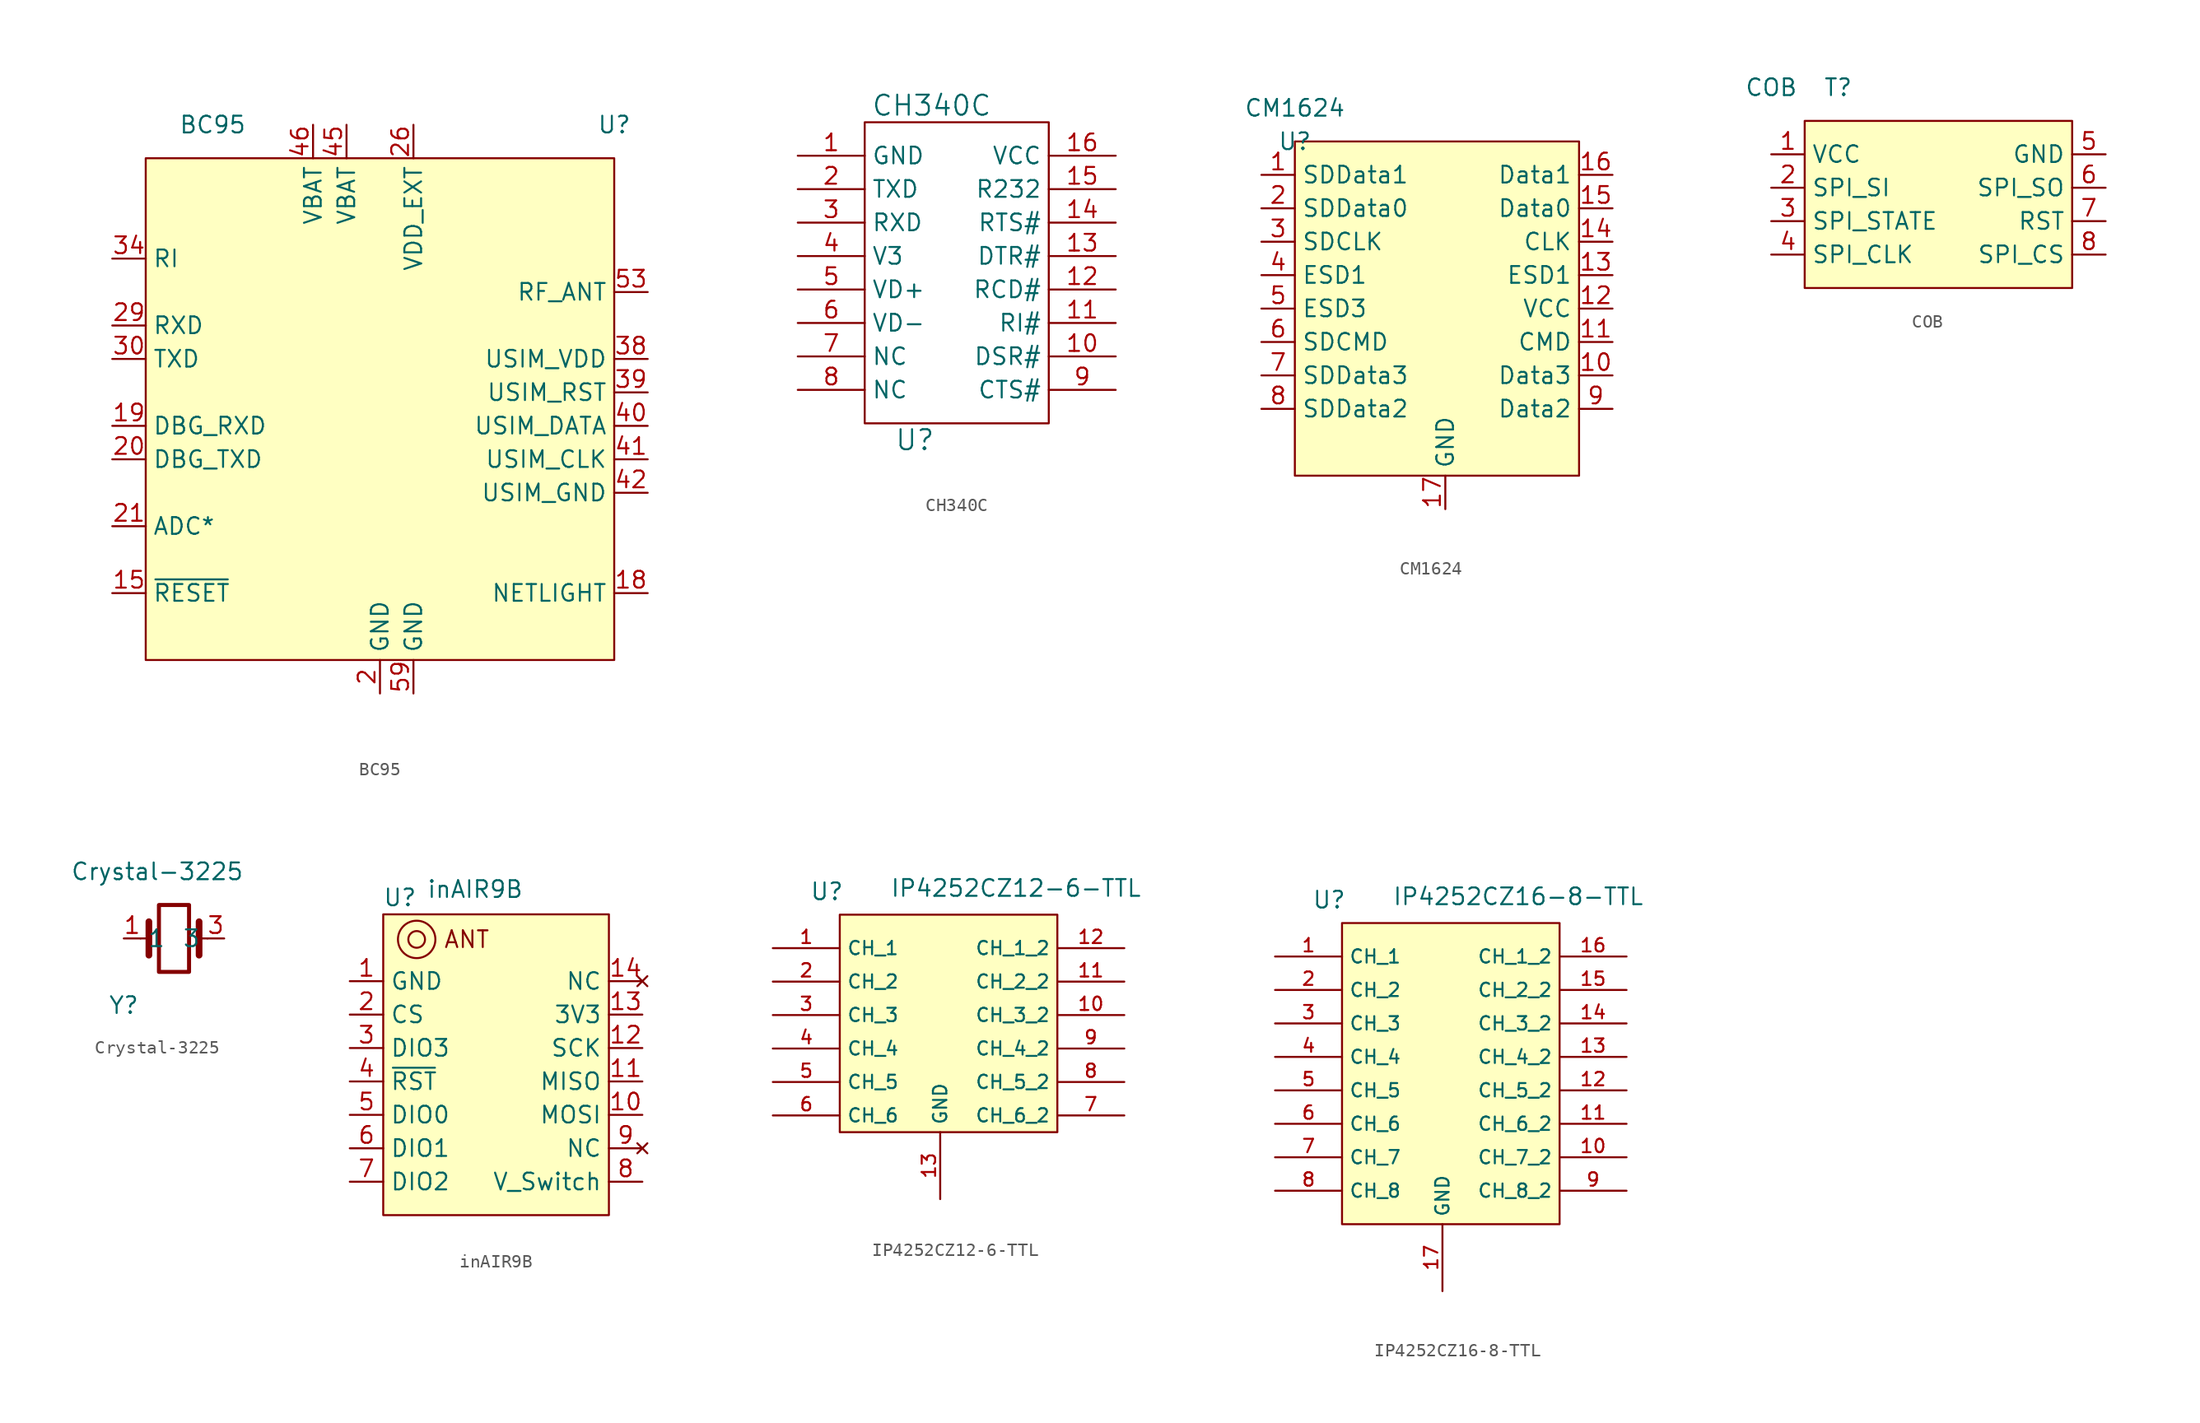
<source format=kicad_sym>
(kicad_symbol_lib
  (version 20200126)
  (host kicad_symbol_editor "(5.99.0-1734-g575ad7128)")
  (symbol "DLY_Customized:BC95"
    (property "Reference" "U"
      (at 35.56 2.54 0))
    (property "Value" "BC95"
      (at 5.08 2.54 0))
    (symbol "BC95_0_1"
      (rectangle (start 0 0) (end 35.56 -38.1) (fill (type background))))
    (symbol "BC95_1_1"
      (pin unconnected line (at 5.08 -5.08 0) (length 2.54) (name "RESERVED") (number "1") hide)
      (pin unconnected line (at 7.62 -5.08 0) (length 2.54) (name "RESERVED") (number "10") hide)
      (pin unconnected line (at 10.16 -5.08 0) (length 2.54) (name "RESERVED") (number "11") hide)
      (pin unconnected line (at 12.7 -5.08 0) (length 2.54) (name "RESERVED") (number "12") hide)
      (pin unconnected line (at 15.24 -5.08 0) (length 2.54) (name "RESERVED") (number "13") hide)
      (pin unconnected line (at 17.78 -5.08 0) (length 2.54) (name "RESERVED") (number "14") hide)
      (pin unconnected line (at 20.32 -5.08 0) (length 2.54) (name "RESERVED") (number "15") hide)
      (pin input line (at -2.54 -33.02 0) (length 2.54) (name "~RESET") (number "15"))
      (pin unconnected line (at 22.86 -5.08 0) (length 2.54) (name "RESERVED") (number "16") hide)
      (pin unconnected line (at 25.4 -5.08 0) (length 2.54) (name "RESERVED") (number "17") hide)
      (pin output line (at 38.1 -33.02 180) (length 2.54) (name "NETLIGHT") (number "18"))
      (pin input line (at -2.54 -20.32 0) (length 2.54) (name "DBG_RXD") (number "19"))
      (pin passive line (at 17.78 -40.64 90) (length 2.54) (name "GND") (number "2"))
      (pin output line (at -2.54 -22.86 0) (length 2.54) (name "DBG_TXD") (number "20"))
      (pin power_in line (at -2.54 -27.94 0) (length 2.54) (name "ADC*") (number "21"))
      (pin unconnected line (at 5.08 -7.62 0) (length 2.54) (name "RESERVED") (number "22") hide)
      (pin unconnected line (at 7.62 -7.62 0) (length 2.54) (name "RESERVED") (number "23") hide)
      (pin unconnected line (at 10.16 -7.62 0) (length 2.54) (name "RESERVED") (number "24") hide)
      (pin unconnected line (at 12.7 -7.62 0) (length 2.54) (name "RESERVED") (number "25") hide)
      (pin power_out line (at 20.32 2.54 270) (length 2.54) (name "VDD_EXT") (number "26"))
      (pin unconnected line (at 15.24 -7.62 0) (length 2.54) (name "RESERVED") (number "27") hide)
      (pin unconnected line (at 17.78 -7.62 0) (length 2.54) (name "RESERVED") (number "28") hide)
      (pin input line (at -2.54 -12.7 0) (length 2.54) (name "RXD") (number "29"))
      (pin unconnected line (at 20.32 -7.62 0) (length 2.54) (name "RESERVED") (number "3") hide)
      (pin output line (at -2.54 -15.24 0) (length 2.54) (name "TXD") (number "30"))
      (pin unconnected line (at 22.86 -7.62 0) (length 2.54) (name "RESERVED") (number "31") hide)
      (pin unconnected line (at 25.4 -7.62 0) (length 2.54) (name "RESERVED") (number "32") hide)
      (pin unconnected line (at 5.08 -10.16 0) (length 2.54) (name "RESERVED") (number "33") hide)
      (pin output line (at -2.54 -7.62 0) (length 2.54) (name "RI") (number "34"))
      (pin unconnected line (at 7.62 -10.16 0) (length 2.54) (name "RESERVED") (number "35") hide)
      (pin unconnected line (at 10.16 -10.16 0) (length 2.54) (name "RESERVED") (number "36") hide)
      (pin unconnected line (at 12.7 -10.16 0) (length 2.54) (name "RESERVED") (number "37") hide)
      (pin power_in line (at 38.1 -15.24 180) (length 2.54) (name "USIM_VDD") (number "38"))
      (pin input line (at 38.1 -17.78 180) (length 2.54) (name "USIM_RST") (number "39"))
      (pin unconnected line (at 15.24 -10.16 0) (length 2.54) (name "RESERVED") (number "4") hide)
      (pin output line (at 38.1 -20.32 180) (length 2.54) (name "USIM_DATA") (number "40"))
      (pin input line (at 38.1 -22.86 180) (length 2.54) (name "USIM_CLK") (number "41"))
      (pin passive line (at 38.1 -25.4 180) (length 2.54) (name "USIM_GND") (number "42"))
      (pin passive line (at 17.78 -40.64 90) (length 2.54) (name "GND") (number "43") hide)
      (pin unconnected line (at 20.32 -10.16 0) (length 2.54) (name "RESERVED") (number "44") hide)
      (pin power_in line (at 15.24 2.54 270) (length 2.54) (name "VBAT") (number "45"))
      (pin power_in line (at 12.7 2.54 270) (length 2.54) (name "VBAT") (number "46"))
      (pin passive line (at 17.78 -40.64 90) (length 2.54) (name "GND") (number "47") hide)
      (pin passive line (at 17.78 -40.64 90) (length 2.54) (name "GND") (number "48") hide)
      (pin unconnected line (at 22.86 -10.16 0) (length 2.54) (name "RESERVED") (number "49") hide)
      (pin unconnected line (at 17.78 -10.16 0) (length 2.54) (name "RESERVED") (number "5") hide)
      (pin unconnected line (at 25.4 -10.16 0) (length 2.54) (name "RESERVED") (number "50") hide)
      (pin passive line (at 17.78 -40.64 90) (length 2.54) (name "GND") (number "51") hide)
      (pin passive line (at 17.78 -40.64 90) (length 2.54) (name "GND") (number "52") hide)
      (pin power_out line (at 38.1 -10.16 180) (length 2.54) (name "RF_ANT") (number "53"))
      (pin passive line (at 17.78 -40.64 90) (length 2.54) (name "GND") (number "54") hide)
      (pin unconnected line (at 15.24 -12.7 0) (length 2.54) (name "RESERVED") (number "55") hide)
      (pin unconnected line (at 17.78 -12.7 0) (length 2.54) (name "RESERVED") (number "56") hide)
      (pin unconnected line (at 20.32 -12.7 0) (length 2.54) (name "RESERVED") (number "57") hide)
      (pin unconnected line (at 22.86 -12.7 0) (length 2.54) (name "RESERVED") (number "58") hide)
      (pin passive line (at 20.32 -40.64 90) (length 2.54) (name "GND") (number "59"))
      (pin unconnected line (at 5.08 -12.7 0) (length 2.54) (name "RESERVED") (number "6") hide)
      (pin passive line (at 20.32 -40.64 90) (length 2.54) (name "GND") (number "60") hide)
      (pin passive line (at 20.32 -40.64 90) (length 2.54) (name "GND") (number "61") hide)
      (pin passive line (at 20.32 -40.64 90) (length 2.54) (name "GND") (number "62") hide)
      (pin passive line (at 20.32 -40.64 90) (length 2.54) (name "GND") (number "63") hide)
      (pin passive line (at 20.32 -40.64 90) (length 2.54) (name "GND") (number "64") hide)
      (pin passive line (at 20.32 -40.64 90) (length 2.54) (name "GND") (number "65") hide)
      (pin passive line (at 20.32 -40.64 90) (length 2.54) (name "GND") (number "66") hide)
      (pin unconnected line (at 25.4 -12.7 0) (length 2.54) (name "RESERVED") (number "67") hide)
      (pin unconnected line (at 5.08 -15.24 0) (length 2.54) (name "RESERVED") (number "68") hide)
      (pin unconnected line (at 7.62 -15.24 0) (length 2.54) (name "RESERVED") (number "69") hide)
      (pin unconnected line (at 7.62 -12.7 0) (length 2.54) (name "RESERVED") (number "7") hide)
      (pin unconnected line (at 10.16 -15.24 0) (length 2.54) (name "RESERVED") (number "70") hide)
      (pin passive line (at 20.32 -40.64 90) (length 2.54) (name "GND") (number "71") hide)
      (pin passive line (at 20.32 -40.64 90) (length 2.54) (name "GND") (number "72") hide)
      (pin passive line (at 20.32 -40.64 90) (length 2.54) (name "GND") (number "73") hide)
      (pin passive line (at 20.32 -40.64 90) (length 2.54) (name "GND") (number "74") hide)
      (pin unconnected line (at 12.7 -15.24 0) (length 2.54) (name "RESERVED") (number "75") hide)
      (pin unconnected line (at 20.32 -15.24 0) (length 2.54) (name "RESERVED") (number "76") hide)
      (pin unconnected line (at 17.78 -15.24 0) (length 2.54) (name "RESERVED") (number "77") hide)
      (pin unconnected line (at 22.86 -15.24 0) (length 2.54) (name "RESERVED") (number "78") hide)
      (pin unconnected line (at 25.4 -15.24 0) (length 2.54) (name "RESERVED") (number "79") hide)
      (pin unconnected line (at 10.16 -12.7 0) (length 2.54) (name "RESERVED") (number "8") hide)
      (pin unconnected line (at 5.08 -17.78 0) (length 2.54) (name "RESERVED") (number "80") hide)
      (pin passive line (at 20.32 -40.64 90) (length 2.54) (name "GND") (number "81") hide)
      (pin passive line (at 20.32 -40.64 90) (length 2.54) (name "GND") (number "82") hide)
      (pin passive line (at 20.32 -40.64 90) (length 2.54) (name "GND") (number "83") hide)
      (pin unconnected line (at 7.62 -17.78 0) (length 2.54) (name "RESERVED") (number "84") hide)
      (pin unconnected line (at 10.16 -17.78 0) (length 2.54) (name "RESERVED") (number "85") hide)
      (pin unconnected line (at 12.7 -17.78 0) (length 2.54) (name "RESERVED") (number "86") hide)
      (pin unconnected line (at 15.24 -17.78 0) (length 2.54) (name "RESERVED") (number "87") hide)
      (pin unconnected line (at 17.78 -17.78 0) (length 2.54) (name "RESERVED") (number "88") hide)
      (pin unconnected line (at 20.32 -17.78 0) (length 2.54) (name "RESERVED") (number "89") hide)
      (pin unconnected line (at 12.7 -12.7 0) (length 2.54) (name "RESERVED") (number "9") hide)
      (pin unconnected line (at 22.86 -17.78 0) (length 2.54) (name "RESERVED") (number "90") hide)
      (pin unconnected line (at 15.24 -15.24 0) (length 2.54) (name "RESERVED") (number "91") hide)
      (pin passive line (at 20.32 -40.64 90) (length 2.54) (name "GND") (number "92") hide)
      (pin passive line (at 20.32 -40.64 90) (length 2.54) (name "GND") (number "93") hide)
      (pin passive line (at 20.32 -40.64 90) (length 2.54) (name "GND") (number "94") hide)))
  (symbol "DLY_Customized:CH340C"
    (property "Reference" "U"
      (at 3.81 -1.27 0)
      (effects (font (size 1.524 1.524))))
    (property "Value" "CH340C"
      (at 5.08 24.13 0)
      (effects (font (size 1.524 1.524))))
    (symbol "CH340C_0_1"
      (rectangle (start 0 0) (end 13.97 22.86)))
    (symbol "CH340C_1_1"
      (pin input line (at -5.08 20.32 0) (length 5.08) (name "GND") (number "1"))
      (pin bidirectional line (at 19.05 5.08 180) (length 5.08) (name "DSR#") (number "10"))
      (pin bidirectional line (at 19.05 7.62 180) (length 5.08) (name "RI#") (number "11"))
      (pin bidirectional line (at 19.05 10.16 180) (length 5.08) (name "RCD#") (number "12"))
      (pin bidirectional line (at 19.05 12.7 180) (length 5.08) (name "DTR#") (number "13"))
      (pin bidirectional line (at 19.05 15.24 180) (length 5.08) (name "RTS#") (number "14"))
      (pin bidirectional line (at 19.05 17.78 180) (length 5.08) (name "R232") (number "15"))
      (pin input line (at 19.05 20.32 180) (length 5.08) (name "VCC") (number "16"))
      (pin input line (at -5.08 17.78 0) (length 5.08) (name "TXD") (number "2"))
      (pin input line (at -5.08 15.24 0) (length 5.08) (name "RXD") (number "3"))
      (pin input line (at -5.08 12.7 0) (length 5.08) (name "V3") (number "4"))
      (pin bidirectional line (at -5.08 10.16 0) (length 5.08) (name "VD+") (number "5"))
      (pin bidirectional line (at -5.08 7.62 0) (length 5.08) (name "VD-") (number "6"))
      (pin input line (at -5.08 5.08 0) (length 5.08) (name "NC") (number "7"))
      (pin input line (at -5.08 2.54 0) (length 5.08) (name "NC") (number "8"))
      (pin input line (at 19.05 2.54 180) (length 5.08) (name "CTS#") (number "9"))))
  (symbol "DLY_Customized:CM1624"
    (property "Reference" "U"
      (at 0 0 0))
    (property "Value" "CM1624"
      (at 0 2.54 0))
    (symbol "CM1624_0_1"
      (rectangle (start 0 0) (end 21.59 -25.4) (fill (type background))))
    (symbol "CM1624_1_1"
      (pin output line (at -2.54 -2.54 0) (length 2.54) (name "SDData1") (number "1"))
      (pin input line (at 24.13 -17.78 180) (length 2.54) (name "Data3") (number "10"))
      (pin input line (at 24.13 -15.24 180) (length 2.54) (name "CMD") (number "11"))
      (pin input line (at 24.13 -12.7 180) (length 2.54) (name "VCC") (number "12"))
      (pin input line (at 24.13 -10.16 180) (length 2.54) (name "ESD1") (number "13"))
      (pin input line (at 24.13 -7.62 180) (length 2.54) (name "CLK") (number "14"))
      (pin input line (at 24.13 -5.08 180) (length 2.54) (name "Data0") (number "15"))
      (pin input line (at 24.13 -2.54 180) (length 2.54) (name "Data1") (number "16"))
      (pin input line (at 11.43 -27.94 90) (length 2.54) (name "GND") (number "17"))
      (pin output line (at -2.54 -5.08 0) (length 2.54) (name "SDData0") (number "2"))
      (pin output line (at -2.54 -7.62 0) (length 2.54) (name "SDCLK") (number "3"))
      (pin output line (at -2.54 -10.16 0) (length 2.54) (name "ESD1") (number "4"))
      (pin output line (at -2.54 -12.7 0) (length 2.54) (name "ESD3") (number "5"))
      (pin output line (at -2.54 -15.24 0) (length 2.54) (name "SDCMD") (number "6"))
      (pin output line (at -2.54 -17.78 0) (length 2.54) (name "SDData3") (number "7"))
      (pin output line (at -2.54 -20.32 0) (length 2.54) (name "SDData2") (number "8"))
      (pin input line (at 24.13 -20.32 180) (length 2.54) (name "Data2") (number "9"))))
  (symbol "DLY_Customized:COB"
    (property "Reference" "T"
      (at 2.54 2.54 0))
    (property "Value" "COB"
      (at -2.54 2.54 0))
    (symbol "COB_0_1"
      (rectangle (start 0 0) (end 20.32 -12.7) (fill (type background))))
    (symbol "COB_1_1"
      (pin input line (at -2.54 -2.54 0) (length 2.54) (name "VCC") (number "1"))
      (pin input line (at -2.54 -5.08 0) (length 2.54) (name "SPI_SI") (number "2"))
      (pin output line (at -2.54 -7.62 0) (length 2.54) (name "SPI_STATE") (number "3"))
      (pin input line (at -2.54 -10.16 0) (length 2.54) (name "SPI_CLK") (number "4"))
      (pin input line (at 22.86 -2.54 180) (length 2.54) (name "GND") (number "5"))
      (pin output line (at 22.86 -5.08 180) (length 2.54) (name "SPI_SO") (number "6"))
      (pin input line (at 22.86 -7.62 180) (length 2.54) (name "RST") (number "7"))
      (pin input line (at 22.86 -10.16 180) (length 2.54) (name "SPI_CS") (number "8"))))
  (symbol "DLY_Customized:Crystal-3225"
    (property "Reference" "Y"
      (at -2.54 -7.62 0))
    (property "Value" "Crystal-3225"
      (at 0 2.54 0))
    (symbol "Crystal-3225_0_1"
      (rectangle (start 0.127 0) (end 2.413 -5.08) (stroke (width 0.305)))
      (polyline (pts (xy -1.27 -2.54) (xy -0.635 -2.54)))
      (polyline (pts (xy -0.635 -3.81) (xy -0.635 -1.27)) (stroke (width 0.508)))
      (polyline (pts (xy 3.175 -3.81) (xy 3.175 -1.27)) (stroke (width 0.508)))
      (polyline (pts (xy 3.81 -2.54) (xy 3.175 -2.54)))
      (pin passive line (at -2.54 -2.54 0) (length 1.27) (name "1") (number "1"))
      (pin passive line (at 5.08 -2.54 180) (length 1.27) (name "3") (number "3"))))
  (symbol "DLY_Customized:inAIR9B"
    (property "Reference" "U"
      (at 1.27 1.27 0))
    (property "Value" "inAIR9B"
      (at 6.985 1.905 0))
    (symbol "inAIR9B_0_1"
      (circle (center 2.54 -1.905) (radius 0.635))
      (circle (center 2.54 -1.905) (radius 1.422))
      (rectangle (start 0 0) (end 17.145 -22.86) (fill (type background))))
    (symbol "inAIR9B_0_0"
      (text "ANT" (at 6.35 -1.905 0) (effects (font (size 1.27 1.27)))))
    (symbol "inAIR9B_1_1"
      (pin power_in line (at -2.54 -5.08 0) (length 2.54) (name "GND") (number "1"))
      (pin input line (at 19.685 -15.24 180) (length 2.54) (name "MOSI") (number "10"))
      (pin output line (at 19.685 -12.7 180) (length 2.54) (name "MISO") (number "11"))
      (pin input line (at 19.685 -10.16 180) (length 2.54) (name "SCK") (number "12"))
      (pin power_in line (at 19.685 -7.62 180) (length 2.54) (name "3V3") (number "13"))
      (pin unconnected line (at 19.685 -5.08 180) (length 2.54) (name "NC") (number "14"))
      (pin input line (at -2.54 -7.62 0) (length 2.54) (name "CS") (number "2"))
      (pin bidirectional line (at -2.54 -10.16 0) (length 2.54) (name "DIO3") (number "3"))
      (pin input line (at -2.54 -12.7 0) (length 2.54) (name "~RST") (number "4"))
      (pin bidirectional line (at -2.54 -15.24 0) (length 2.54) (name "DIO0") (number "5"))
      (pin bidirectional line (at -2.54 -17.78 0) (length 2.54) (name "DIO1") (number "6"))
      (pin bidirectional line (at -2.54 -20.32 0) (length 2.54) (name "DIO2") (number "7"))
      (pin bidirectional line (at 19.685 -20.32 180) (length 2.54) (name "V_Switch") (number "8"))
      (pin unconnected line (at 19.685 -17.78 180) (length 2.54) (name "NC") (number "9"))))
  (symbol "DLY_Customized:IP4252CZ12-6-TTL"
    (property "Reference" "U"
      (at -2.286 1.016 0)
      (effects (font (size 1.27 1.27)) (justify left bottom)))
    (property "Value" "IP4252CZ12-6-TTL"
      (at 3.81 1.27 0)
      (effects (font (size 1.27 1.27)) (justify left bottom)))
    (property "ki_locked" ""
      (at 0 0 0))
    (symbol "IP4252CZ12-6-TTL_1_1"
      (rectangle (start 0 0) (end 16.51 -16.51) (fill (type background))))
    (symbol "IP4252CZ12-6-TTL_0_0"
      (pin input line (at -5.08 -2.54 0) (length 5.08) (name "CH_1" (effects (font (size 1.016 1.016)))) (number "1" (effects (font (size 1.016 1.016)))))
      (pin input line (at 21.59 -7.62 180) (length 5.08) (name "CH_3_2" (effects (font (size 1.016 1.016)))) (number "10" (effects (font (size 1.016 1.016)))))
      (pin input line (at 21.59 -5.08 180) (length 5.08) (name "CH_2_2" (effects (font (size 1.016 1.016)))) (number "11" (effects (font (size 1.016 1.016)))))
      (pin input line (at 21.59 -2.54 180) (length 5.08) (name "CH_1_2" (effects (font (size 1.016 1.016)))) (number "12" (effects (font (size 1.016 1.016)))))
      (pin power_in line (at 7.62 -21.59 90) (length 5.08) (name "GND" (effects (font (size 1.016 1.016)))) (number "13" (effects (font (size 1.016 1.016)))))
      (pin input line (at -5.08 -5.08 0) (length 5.08) (name "CH_2" (effects (font (size 1.016 1.016)))) (number "2" (effects (font (size 1.016 1.016)))))
      (pin input line (at -5.08 -7.62 0) (length 5.08) (name "CH_3" (effects (font (size 1.016 1.016)))) (number "3" (effects (font (size 1.016 1.016)))))
      (pin input line (at -5.08 -10.16 0) (length 5.08) (name "CH_4" (effects (font (size 1.016 1.016)))) (number "4" (effects (font (size 1.016 1.016)))))
      (pin input line (at -5.08 -12.7 0) (length 5.08) (name "CH_5" (effects (font (size 1.016 1.016)))) (number "5" (effects (font (size 1.016 1.016)))))
      (pin input line (at -5.08 -15.24 0) (length 5.08) (name "CH_6" (effects (font (size 1.016 1.016)))) (number "6" (effects (font (size 1.016 1.016)))))
      (pin input line (at 21.59 -15.24 180) (length 5.08) (name "CH_6_2" (effects (font (size 1.016 1.016)))) (number "7" (effects (font (size 1.016 1.016)))))
      (pin input line (at 21.59 -12.7 180) (length 5.08) (name "CH_5_2" (effects (font (size 1.016 1.016)))) (number "8" (effects (font (size 1.016 1.016)))))
      (pin input line (at 21.59 -10.16 180) (length 5.08) (name "CH_4_2" (effects (font (size 1.016 1.016)))) (number "9" (effects (font (size 1.016 1.016)))))))
  (symbol "DLY_Customized:IP4252CZ16-8-TTL"
    (property "Reference" "U"
      (at -2.286 1.016 0)
      (effects (font (size 1.27 1.27)) (justify left bottom)))
    (property "Value" "IP4252CZ16-8-TTL"
      (at 3.81 1.27 0)
      (effects (font (size 1.27 1.27)) (justify left bottom)))
    (symbol "IP4252CZ16-8-TTL_1_1"
      (rectangle (start 0 0) (end 16.51 -22.86) (fill (type background))))
    (symbol "IP4252CZ16-8-TTL_0_0"
      (pin bidirectional line (at -5.08 -2.54 0) (length 5.08) (name "CH_1" (effects (font (size 1.016 1.016)))) (number "1" (effects (font (size 1.016 1.016)))))
      (pin bidirectional line (at 21.59 -17.78 180) (length 5.08) (name "CH_7_2" (effects (font (size 1.016 1.016)))) (number "10" (effects (font (size 1.016 1.016)))))
      (pin bidirectional line (at 21.59 -15.24 180) (length 5.08) (name "CH_6_2" (effects (font (size 1.016 1.016)))) (number "11" (effects (font (size 1.016 1.016)))))
      (pin bidirectional line (at 21.59 -12.7 180) (length 5.08) (name "CH_5_2" (effects (font (size 1.016 1.016)))) (number "12" (effects (font (size 1.016 1.016)))))
      (pin bidirectional line (at 21.59 -10.16 180) (length 5.08) (name "CH_4_2" (effects (font (size 1.016 1.016)))) (number "13" (effects (font (size 1.016 1.016)))))
      (pin bidirectional line (at 21.59 -7.62 180) (length 5.08) (name "CH_3_2" (effects (font (size 1.016 1.016)))) (number "14" (effects (font (size 1.016 1.016)))))
      (pin bidirectional line (at 21.59 -5.08 180) (length 5.08) (name "CH_2_2" (effects (font (size 1.016 1.016)))) (number "15" (effects (font (size 1.016 1.016)))))
      (pin bidirectional line (at 21.59 -2.54 180) (length 5.08) (name "CH_1_2" (effects (font (size 1.016 1.016)))) (number "16" (effects (font (size 1.016 1.016)))))
      (pin power_out line (at 7.62 -27.94 90) (length 5.08) (name "GND" (effects (font (size 1.016 1.016)))) (number "17" (effects (font (size 1.016 1.016)))))
      (pin bidirectional line (at -5.08 -5.08 0) (length 5.08) (name "CH_2" (effects (font (size 1.016 1.016)))) (number "2" (effects (font (size 1.016 1.016)))))
      (pin bidirectional line (at -5.08 -7.62 0) (length 5.08) (name "CH_3" (effects (font (size 1.016 1.016)))) (number "3" (effects (font (size 1.016 1.016)))))
      (pin bidirectional line (at -5.08 -10.16 0) (length 5.08) (name "CH_4" (effects (font (size 1.016 1.016)))) (number "4" (effects (font (size 1.016 1.016)))))
      (pin bidirectional line (at -5.08 -12.7 0) (length 5.08) (name "CH_5" (effects (font (size 1.016 1.016)))) (number "5" (effects (font (size 1.016 1.016)))))
      (pin bidirectional line (at -5.08 -15.24 0) (length 5.08) (name "CH_6" (effects (font (size 1.016 1.016)))) (number "6" (effects (font (size 1.016 1.016)))))
      (pin bidirectional line (at -5.08 -17.78 0) (length 5.08) (name "CH_7" (effects (font (size 1.016 1.016)))) (number "7" (effects (font (size 1.016 1.016)))))
      (pin bidirectional line (at -5.08 -20.32 0) (length 5.08) (name "CH_8" (effects (font (size 1.016 1.016)))) (number "8" (effects (font (size 1.016 1.016)))))
      (pin bidirectional line (at 21.59 -20.32 180) (length 5.08) (name "CH_8_2" (effects (font (size 1.016 1.016)))) (number "9" (effects (font (size 1.016 1.016))))))))
</source>
